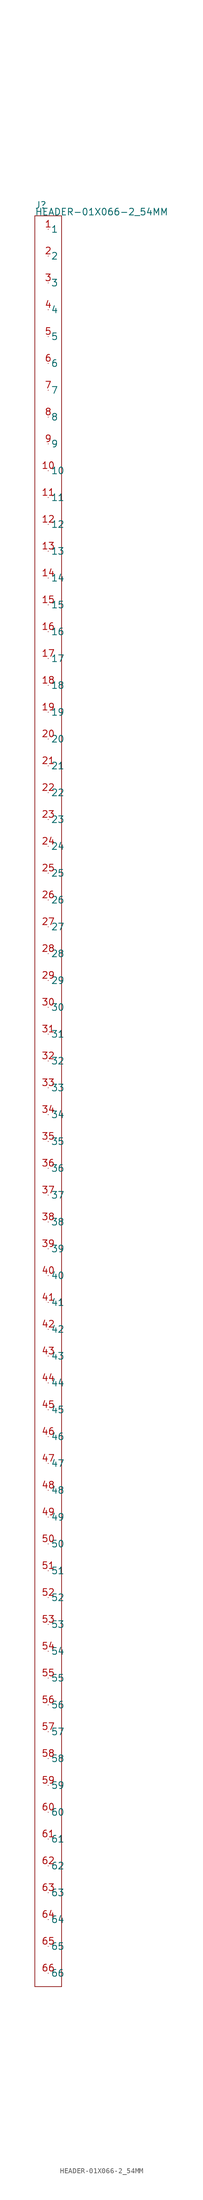
<source format=kicad_sym>
(kicad_symbol_lib
  (version 20211014)
  (generator kicad_symbol_editor)
  (symbol "HEADER-01X066-2_54MM"
    (pin_names)
    (property "Reference" "J"
      (at -2.54 168.91 0)
      (effects (font (size 1.27 1.27)) (justify left bottom)))
    (property "Value" "HEADER-01X066-2_54MM"
      (at -2.54 167.64 0)
      (effects (font (size 1.27 1.27)) (justify left bottom)))
    (property "Datasheet" ""
      (at 0 0 0))
    (property "ki_description" "Header 1x66  - Header Vertical 66POS 2.54MM Technical Specifications: Pitch: 0.1\" (2.54mm) "
      (at 0 0 0))
    (property "ki_fp_filters" "FlashPCB_Connectors:HEADER-THT-01X066-2_54MM FlashPCB_Connectors:HEADER-THT-LONG-01X066-2_54MM FlashPCB_Connectors:HEADER-THT-NOSILK-01X066-2_54MM FlashPCB_Connectors:HEADER-THT-LONG-NOSILK-01X066-2_54MM"
      (at 0 0 0))
    (symbol "HEADER-01X066-2_54MM_1_1"
      (polyline (pts (xy -2.54 167.64) (xy 2.54 167.64)) (stroke (width 0.127)) (fill (type none)))
      (polyline (pts (xy 2.54 167.64) (xy 2.54 -167.64)) (stroke (width 0.127)) (fill (type none)))
      (polyline (pts (xy 2.54 -167.64) (xy -2.54 -167.64)) (stroke (width 0.127)) (fill (type none)))
      (polyline (pts (xy -2.54 -167.64) (xy -2.54 167.64)) (stroke (width 0.127)) (fill (type none)))
      (pin bidirectional line (at 0 165.1 0) (length 0) (name "1" (effects (font (size 1.27 1.27)))) (number "1" (effects (font (size 1.27 1.27)))))
      (pin bidirectional line (at 0 160.02 0) (length 0) (name "2" (effects (font (size 1.27 1.27)))) (number "2" (effects (font (size 1.27 1.27)))))
      (pin bidirectional line (at 0 154.94 0) (length 0) (name "3" (effects (font (size 1.27 1.27)))) (number "3" (effects (font (size 1.27 1.27)))))
      (pin bidirectional line (at 0 149.86 0) (length 0) (name "4" (effects (font (size 1.27 1.27)))) (number "4" (effects (font (size 1.27 1.27)))))
      (pin bidirectional line (at 0 144.78 0) (length 0) (name "5" (effects (font (size 1.27 1.27)))) (number "5" (effects (font (size 1.27 1.27)))))
      (pin bidirectional line (at 0 139.7 0) (length 0) (name "6" (effects (font (size 1.27 1.27)))) (number "6" (effects (font (size 1.27 1.27)))))
      (pin bidirectional line (at 0 134.62 0) (length 0) (name "7" (effects (font (size 1.27 1.27)))) (number "7" (effects (font (size 1.27 1.27)))))
      (pin bidirectional line (at 0 129.54 0) (length 0) (name "8" (effects (font (size 1.27 1.27)))) (number "8" (effects (font (size 1.27 1.27)))))
      (pin bidirectional line (at 0 124.46 0) (length 0) (name "9" (effects (font (size 1.27 1.27)))) (number "9" (effects (font (size 1.27 1.27)))))
      (pin bidirectional line (at 0 119.38 0) (length 0) (name "10" (effects (font (size 1.27 1.27)))) (number "10" (effects (font (size 1.27 1.27)))))
      (pin bidirectional line (at 0 114.3 0) (length 0) (name "11" (effects (font (size 1.27 1.27)))) (number "11" (effects (font (size 1.27 1.27)))))
      (pin bidirectional line (at 0 109.22 0) (length 0) (name "12" (effects (font (size 1.27 1.27)))) (number "12" (effects (font (size 1.27 1.27)))))
      (pin bidirectional line (at 0 104.14 0) (length 0) (name "13" (effects (font (size 1.27 1.27)))) (number "13" (effects (font (size 1.27 1.27)))))
      (pin bidirectional line (at 0 99.06 0) (length 0) (name "14" (effects (font (size 1.27 1.27)))) (number "14" (effects (font (size 1.27 1.27)))))
      (pin bidirectional line (at 0 93.98 0) (length 0) (name "15" (effects (font (size 1.27 1.27)))) (number "15" (effects (font (size 1.27 1.27)))))
      (pin bidirectional line (at 0 88.9 0) (length 0) (name "16" (effects (font (size 1.27 1.27)))) (number "16" (effects (font (size 1.27 1.27)))))
      (pin bidirectional line (at 0 83.82 0) (length 0) (name "17" (effects (font (size 1.27 1.27)))) (number "17" (effects (font (size 1.27 1.27)))))
      (pin bidirectional line (at 0 78.74 0) (length 0) (name "18" (effects (font (size 1.27 1.27)))) (number "18" (effects (font (size 1.27 1.27)))))
      (pin bidirectional line (at 0 73.66 0) (length 0) (name "19" (effects (font (size 1.27 1.27)))) (number "19" (effects (font (size 1.27 1.27)))))
      (pin bidirectional line (at 0 68.58 0) (length 0) (name "20" (effects (font (size 1.27 1.27)))) (number "20" (effects (font (size 1.27 1.27)))))
      (pin bidirectional line (at 0 63.5 0) (length 0) (name "21" (effects (font (size 1.27 1.27)))) (number "21" (effects (font (size 1.27 1.27)))))
      (pin bidirectional line (at 0 58.42 0) (length 0) (name "22" (effects (font (size 1.27 1.27)))) (number "22" (effects (font (size 1.27 1.27)))))
      (pin bidirectional line (at 0 53.34 0) (length 0) (name "23" (effects (font (size 1.27 1.27)))) (number "23" (effects (font (size 1.27 1.27)))))
      (pin bidirectional line (at 0 48.26 0) (length 0) (name "24" (effects (font (size 1.27 1.27)))) (number "24" (effects (font (size 1.27 1.27)))))
      (pin bidirectional line (at 0 43.18 0) (length 0) (name "25" (effects (font (size 1.27 1.27)))) (number "25" (effects (font (size 1.27 1.27)))))
      (pin bidirectional line (at 0 38.1 0) (length 0) (name "26" (effects (font (size 1.27 1.27)))) (number "26" (effects (font (size 1.27 1.27)))))
      (pin bidirectional line (at 0 33.02 0) (length 0) (name "27" (effects (font (size 1.27 1.27)))) (number "27" (effects (font (size 1.27 1.27)))))
      (pin bidirectional line (at 0 27.94 0) (length 0) (name "28" (effects (font (size 1.27 1.27)))) (number "28" (effects (font (size 1.27 1.27)))))
      (pin bidirectional line (at 0 22.86 0) (length 0) (name "29" (effects (font (size 1.27 1.27)))) (number "29" (effects (font (size 1.27 1.27)))))
      (pin bidirectional line (at 0 17.78 0) (length 0) (name "30" (effects (font (size 1.27 1.27)))) (number "30" (effects (font (size 1.27 1.27)))))
      (pin bidirectional line (at 0 12.7 0) (length 0) (name "31" (effects (font (size 1.27 1.27)))) (number "31" (effects (font (size 1.27 1.27)))))
      (pin bidirectional line (at 0 7.62 0) (length 0) (name "32" (effects (font (size 1.27 1.27)))) (number "32" (effects (font (size 1.27 1.27)))))
      (pin bidirectional line (at 0 2.54 0) (length 0) (name "33" (effects (font (size 1.27 1.27)))) (number "33" (effects (font (size 1.27 1.27)))))
      (pin bidirectional line (at 0 -2.54 0) (length 0) (name "34" (effects (font (size 1.27 1.27)))) (number "34" (effects (font (size 1.27 1.27)))))
      (pin bidirectional line (at 0 -7.62 0) (length 0) (name "35" (effects (font (size 1.27 1.27)))) (number "35" (effects (font (size 1.27 1.27)))))
      (pin bidirectional line (at 0 -12.7 0) (length 0) (name "36" (effects (font (size 1.27 1.27)))) (number "36" (effects (font (size 1.27 1.27)))))
      (pin bidirectional line (at 0 -17.78 0) (length 0) (name "37" (effects (font (size 1.27 1.27)))) (number "37" (effects (font (size 1.27 1.27)))))
      (pin bidirectional line (at 0 -22.86 0) (length 0) (name "38" (effects (font (size 1.27 1.27)))) (number "38" (effects (font (size 1.27 1.27)))))
      (pin bidirectional line (at 0 -27.94 0) (length 0) (name "39" (effects (font (size 1.27 1.27)))) (number "39" (effects (font (size 1.27 1.27)))))
      (pin bidirectional line (at 0 -33.02 0) (length 0) (name "40" (effects (font (size 1.27 1.27)))) (number "40" (effects (font (size 1.27 1.27)))))
      (pin bidirectional line (at 0 -38.1 0) (length 0) (name "41" (effects (font (size 1.27 1.27)))) (number "41" (effects (font (size 1.27 1.27)))))
      (pin bidirectional line (at 0 -43.18 0) (length 0) (name "42" (effects (font (size 1.27 1.27)))) (number "42" (effects (font (size 1.27 1.27)))))
      (pin bidirectional line (at 0 -48.26 0) (length 0) (name "43" (effects (font (size 1.27 1.27)))) (number "43" (effects (font (size 1.27 1.27)))))
      (pin bidirectional line (at 0 -53.34 0) (length 0) (name "44" (effects (font (size 1.27 1.27)))) (number "44" (effects (font (size 1.27 1.27)))))
      (pin bidirectional line (at 0 -58.42 0) (length 0) (name "45" (effects (font (size 1.27 1.27)))) (number "45" (effects (font (size 1.27 1.27)))))
      (pin bidirectional line (at 0 -63.5 0) (length 0) (name "46" (effects (font (size 1.27 1.27)))) (number "46" (effects (font (size 1.27 1.27)))))
      (pin bidirectional line (at 0 -68.58 0) (length 0) (name "47" (effects (font (size 1.27 1.27)))) (number "47" (effects (font (size 1.27 1.27)))))
      (pin bidirectional line (at 0 -73.66 0) (length 0) (name "48" (effects (font (size 1.27 1.27)))) (number "48" (effects (font (size 1.27 1.27)))))
      (pin bidirectional line (at 0 -78.74 0) (length 0) (name "49" (effects (font (size 1.27 1.27)))) (number "49" (effects (font (size 1.27 1.27)))))
      (pin bidirectional line (at 0 -83.82 0) (length 0) (name "50" (effects (font (size 1.27 1.27)))) (number "50" (effects (font (size 1.27 1.27)))))
      (pin bidirectional line (at 0 -88.9 0) (length 0) (name "51" (effects (font (size 1.27 1.27)))) (number "51" (effects (font (size 1.27 1.27)))))
      (pin bidirectional line (at 0 -93.98 0) (length 0) (name "52" (effects (font (size 1.27 1.27)))) (number "52" (effects (font (size 1.27 1.27)))))
      (pin bidirectional line (at 0 -99.06 0) (length 0) (name "53" (effects (font (size 1.27 1.27)))) (number "53" (effects (font (size 1.27 1.27)))))
      (pin bidirectional line (at 0 -104.14 0) (length 0) (name "54" (effects (font (size 1.27 1.27)))) (number "54" (effects (font (size 1.27 1.27)))))
      (pin bidirectional line (at 0 -109.22 0) (length 0) (name "55" (effects (font (size 1.27 1.27)))) (number "55" (effects (font (size 1.27 1.27)))))
      (pin bidirectional line (at 0 -114.3 0) (length 0) (name "56" (effects (font (size 1.27 1.27)))) (number "56" (effects (font (size 1.27 1.27)))))
      (pin bidirectional line (at 0 -119.38 0) (length 0) (name "57" (effects (font (size 1.27 1.27)))) (number "57" (effects (font (size 1.27 1.27)))))
      (pin bidirectional line (at 0 -124.46 0) (length 0) (name "58" (effects (font (size 1.27 1.27)))) (number "58" (effects (font (size 1.27 1.27)))))
      (pin bidirectional line (at 0 -129.54 0) (length 0) (name "59" (effects (font (size 1.27 1.27)))) (number "59" (effects (font (size 1.27 1.27)))))
      (pin bidirectional line (at 0 -134.62 0) (length 0) (name "60" (effects (font (size 1.27 1.27)))) (number "60" (effects (font (size 1.27 1.27)))))
      (pin bidirectional line (at 0 -139.7 0) (length 0) (name "61" (effects (font (size 1.27 1.27)))) (number "61" (effects (font (size 1.27 1.27)))))
      (pin bidirectional line (at 0 -144.78 0) (length 0) (name "62" (effects (font (size 1.27 1.27)))) (number "62" (effects (font (size 1.27 1.27)))))
      (pin bidirectional line (at 0 -149.86 0) (length 0) (name "63" (effects (font (size 1.27 1.27)))) (number "63" (effects (font (size 1.27 1.27)))))
      (pin bidirectional line (at 0 -154.94 0) (length 0) (name "64" (effects (font (size 1.27 1.27)))) (number "64" (effects (font (size 1.27 1.27)))))
      (pin bidirectional line (at 0 -160.02 0) (length 0) (name "65" (effects (font (size 1.27 1.27)))) (number "65" (effects (font (size 1.27 1.27)))))
      (pin bidirectional line (at 0 -165.1 0) (length 0) (name "66" (effects (font (size 1.27 1.27)))) (number "66" (effects (font (size 1.27 1.27))))))))
</source>
